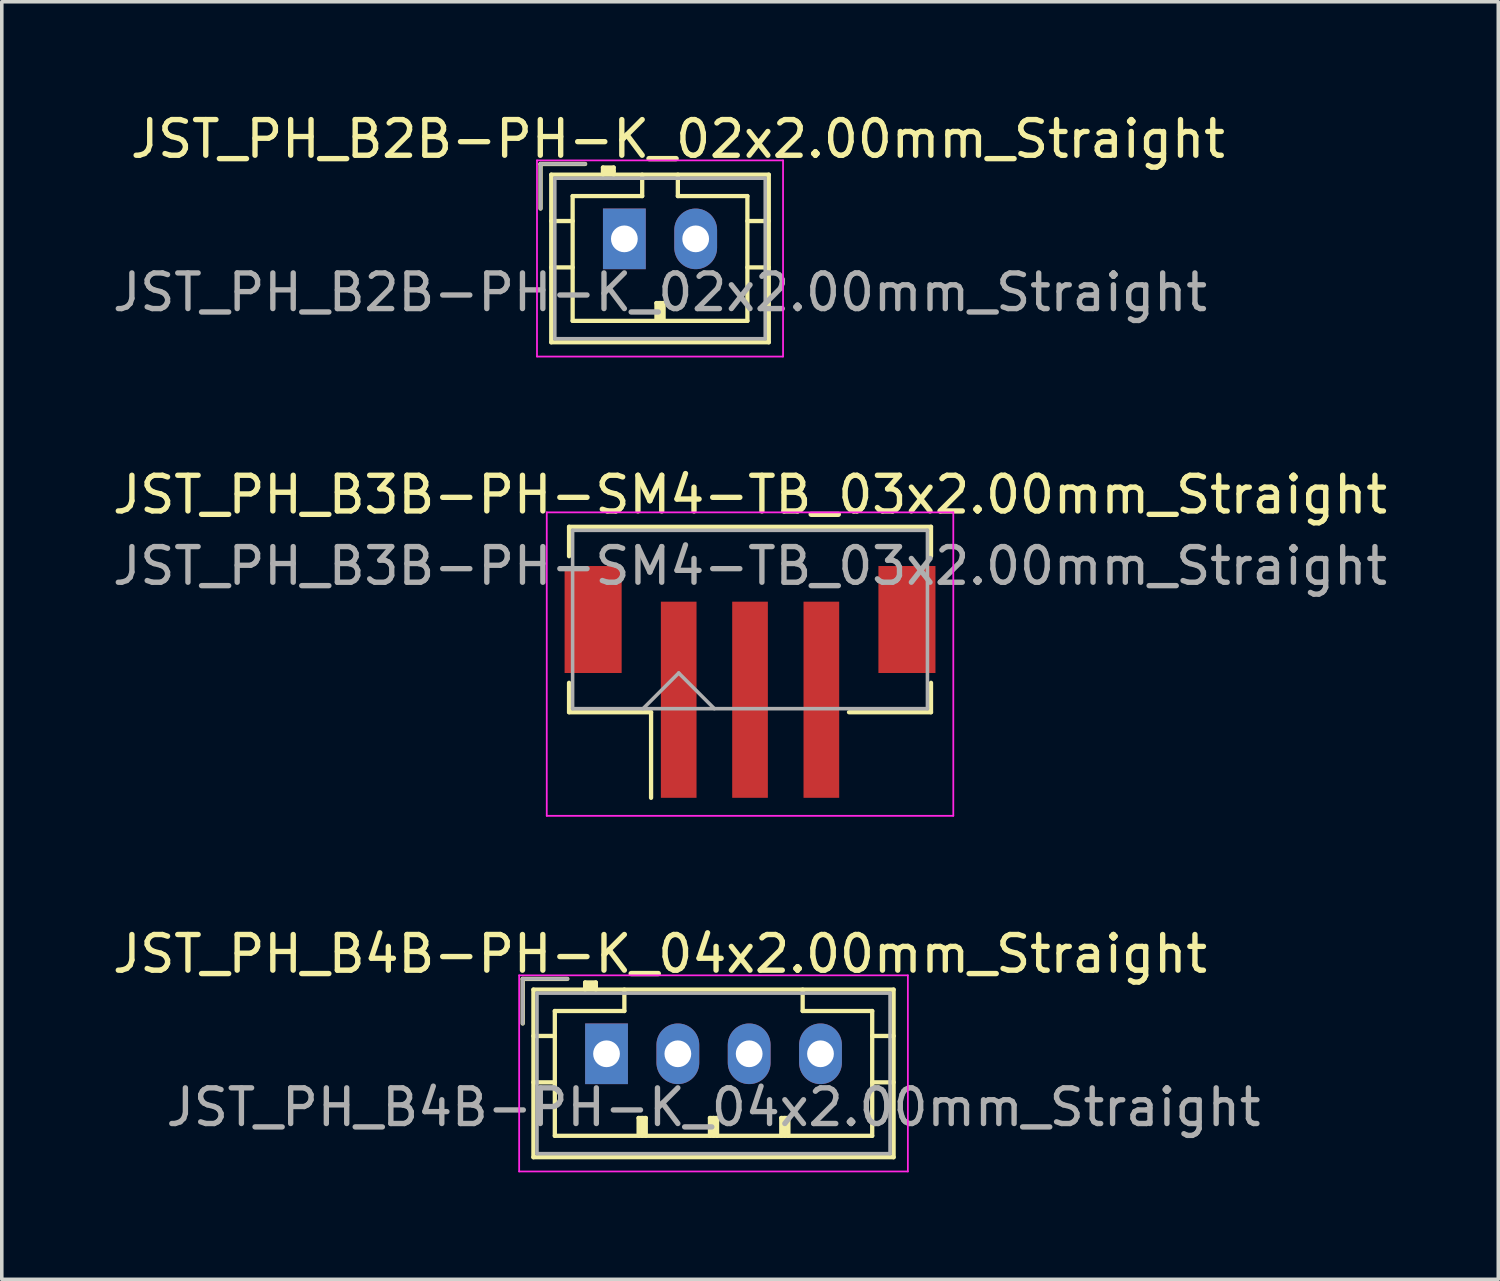
<source format=kicad_pcb>
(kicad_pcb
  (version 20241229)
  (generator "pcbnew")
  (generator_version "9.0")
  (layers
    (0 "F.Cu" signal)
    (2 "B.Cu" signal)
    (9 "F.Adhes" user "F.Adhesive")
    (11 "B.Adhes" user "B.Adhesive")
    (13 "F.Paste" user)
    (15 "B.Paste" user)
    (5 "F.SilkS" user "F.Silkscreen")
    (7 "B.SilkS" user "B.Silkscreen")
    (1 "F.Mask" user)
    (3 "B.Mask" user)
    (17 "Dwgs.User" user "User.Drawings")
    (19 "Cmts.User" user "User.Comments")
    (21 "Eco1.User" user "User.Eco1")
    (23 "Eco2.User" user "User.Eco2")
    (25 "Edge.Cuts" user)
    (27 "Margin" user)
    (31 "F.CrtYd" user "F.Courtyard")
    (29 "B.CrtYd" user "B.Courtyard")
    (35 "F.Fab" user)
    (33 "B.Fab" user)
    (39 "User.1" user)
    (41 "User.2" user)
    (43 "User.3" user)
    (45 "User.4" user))
  (footprint "JST_PH_B3B-PH-SM4-TB_03x2.00mm_Straight"
    (layer "F.Cu")
    (at 17.982 15.447)
    (property "Reference" "JST_PH_B3B-PH-SM4-TB_03x2.00mm_Straight" (at 0 -4.625 0) (layer "F.SilkS") (effects (font (size 1 1) (thickness 0.15))))
    (attr smd)
    (fp_line (start -5.075 -3.725) (end 5.075 -3.725) (stroke (width 0.12) (type solid)) (layer "F.SilkS"))
    (fp_line (start -5.075 -2.9) (end -5.075 -3.725) (stroke (width 0.12) (type solid)) (layer "F.SilkS"))
    (fp_line (start -5.075 0.65) (end -5.075 1.475) (stroke (width 0.12) (type solid)) (layer "F.SilkS"))
    (fp_line (start -5.075 1.475) (end -2.775 1.475) (stroke (width 0.12) (type solid)) (layer "F.SilkS"))
    (fp_line (start -2.775 1.475) (end -2.775 3.875) (stroke (width 0.12) (type solid)) (layer "F.SilkS"))
    (fp_line (start 5.075 -3.725) (end 5.075 -2.9) (stroke (width 0.12) (type solid)) (layer "F.SilkS"))
    (fp_line (start 5.075 0.65) (end 5.075 1.475) (stroke (width 0.12) (type solid)) (layer "F.SilkS"))
    (fp_line (start 5.075 1.475) (end 2.775 1.475) (stroke (width 0.12) (type solid)) (layer "F.SilkS"))
    (fp_line (start -5.7 -4.13) (end -5.7 4.38) (stroke (width 0.05) (type solid)) (layer "F.CrtYd"))
    (fp_line (start -5.7 4.38) (end 5.7 4.38) (stroke (width 0.05) (type solid)) (layer "F.CrtYd"))
    (fp_line (start 5.7 -4.13) (end -5.7 -4.13) (stroke (width 0.05) (type solid)) (layer "F.CrtYd"))
    (fp_line (start 5.7 4.38) (end 5.7 -4.13) (stroke (width 0.05) (type solid)) (layer "F.CrtYd"))
    (fp_line (start -4.975 -3.625) (end -4.975 1.375) (stroke (width 0.1) (type solid)) (layer "F.Fab"))
    (fp_line (start -4.975 1.375) (end 4.975 1.375) (stroke (width 0.1) (type solid)) (layer "F.Fab"))
    (fp_line (start -3 1.375) (end -2 0.375) (stroke (width 0.1) (type solid)) (layer "F.Fab"))
    (fp_line (start -2 0.375) (end -1 1.375) (stroke (width 0.1) (type solid)) (layer "F.Fab"))
    (fp_line (start 4.975 -3.625) (end -4.975 -3.625) (stroke (width 0.1) (type solid)) (layer "F.Fab"))
    (fp_line (start 4.975 1.375) (end 4.975 -3.625) (stroke (width 0.1) (type solid)) (layer "F.Fab"))
    (fp_text user "${REFERENCE}" (at 0 -2.625 0) (layer "F.Fab") (effects (font (size 1 1) (thickness 0.15))))
    (pad "" smd rect (at -4.4 -1.125) (size 1.6 3) (layers "F.Cu" "F.Mask" "F.Paste"))
    (pad "" smd rect (at 4.4 -1.125) (size 1.6 3) (layers "F.Cu" "F.Mask" "F.Paste"))
    (pad "1" smd rect (at -2 1.125) (size 1 5.5) (layers "F.Cu" "F.Mask" "F.Paste"))
    (pad "2" smd rect (at 0 1.125) (size 1 5.5) (layers "F.Cu" "F.Mask" "F.Paste"))
    (pad "3" smd rect (at 2 1.125) (size 1 5.5) (layers "F.Cu" "F.Mask" "F.Paste")))
  (footprint "JST_PH_B2B-PH-K_02x2.00mm_Straight"
    (layer "F.Cu")
    (at 14.458 3.648)
    (property "Reference" "JST_PH_B2B-PH-K_02x2.00mm_Straight" (at 1.5 -2.8 0) (layer "F.SilkS") (effects (font (size 1 1) (thickness 0.15))))
    (attr through_hole)
    (fp_line (start -2.35 -2.1) (end -2.35 -0.85) (stroke (width 0.12) (type solid)) (layer "F.SilkS"))
    (fp_line (start -2.05 -1.8) (end -2.05 2.9) (stroke (width 0.12) (type solid)) (layer "F.SilkS"))
    (fp_line (start -2.05 -0.5) (end -1.45 -0.5) (stroke (width 0.12) (type solid)) (layer "F.SilkS"))
    (fp_line (start -2.05 0.8) (end -1.45 0.8) (stroke (width 0.12) (type solid)) (layer "F.SilkS"))
    (fp_line (start -2.05 2.9) (end 4.05 2.9) (stroke (width 0.12) (type solid)) (layer "F.SilkS"))
    (fp_line (start -1.45 -1.2) (end -1.45 2.3) (stroke (width 0.12) (type solid)) (layer "F.SilkS"))
    (fp_line (start -1.45 2.3) (end 3.45 2.3) (stroke (width 0.12) (type solid)) (layer "F.SilkS"))
    (fp_line (start -1.1 -2.1) (end -2.35 -2.1) (stroke (width 0.12) (type solid)) (layer "F.SilkS"))
    (fp_line (start -0.6 -2) (end -0.6 -1.8) (stroke (width 0.12) (type solid)) (layer "F.SilkS"))
    (fp_line (start -0.3 -2) (end -0.6 -2) (stroke (width 0.12) (type solid)) (layer "F.SilkS"))
    (fp_line (start -0.3 -1.9) (end -0.6 -1.9) (stroke (width 0.12) (type solid)) (layer "F.SilkS"))
    (fp_line (start -0.3 -1.8) (end -0.3 -2) (stroke (width 0.12) (type solid)) (layer "F.SilkS"))
    (fp_line (start 0.5 -1.8) (end 0.5 -1.2) (stroke (width 0.12) (type solid)) (layer "F.SilkS"))
    (fp_line (start 0.5 -1.2) (end -1.45 -1.2) (stroke (width 0.12) (type solid)) (layer "F.SilkS"))
    (fp_line (start 0.9 1.8) (end 1.1 1.8) (stroke (width 0.12) (type solid)) (layer "F.SilkS"))
    (fp_line (start 0.9 2.3) (end 0.9 1.8) (stroke (width 0.12) (type solid)) (layer "F.SilkS"))
    (fp_line (start 1 2.3) (end 1 1.8) (stroke (width 0.12) (type solid)) (layer "F.SilkS"))
    (fp_line (start 1.1 1.8) (end 1.1 2.3) (stroke (width 0.12) (type solid)) (layer "F.SilkS"))
    (fp_line (start 1.5 -1.2) (end 1.5 -1.8) (stroke (width 0.12) (type solid)) (layer "F.SilkS"))
    (fp_line (start 3.45 -1.2) (end 1.5 -1.2) (stroke (width 0.12) (type solid)) (layer "F.SilkS"))
    (fp_line (start 3.45 2.3) (end 3.45 -1.2) (stroke (width 0.12) (type solid)) (layer "F.SilkS"))
    (fp_line (start 4.05 -1.8) (end -2.05 -1.8) (stroke (width 0.12) (type solid)) (layer "F.SilkS"))
    (fp_line (start 4.05 -0.5) (end 3.45 -0.5) (stroke (width 0.12) (type solid)) (layer "F.SilkS"))
    (fp_line (start 4.05 0.8) (end 3.45 0.8) (stroke (width 0.12) (type solid)) (layer "F.SilkS"))
    (fp_line (start 4.05 2.9) (end 4.05 -1.8) (stroke (width 0.12) (type solid)) (layer "F.SilkS"))
    (fp_line (start -2.45 -2.2) (end -2.45 3.3) (stroke (width 0.05) (type solid)) (layer "F.CrtYd"))
    (fp_line (start -2.45 3.3) (end 4.45 3.3) (stroke (width 0.05) (type solid)) (layer "F.CrtYd"))
    (fp_line (start 4.45 -2.2) (end -2.45 -2.2) (stroke (width 0.05) (type solid)) (layer "F.CrtYd"))
    (fp_line (start 4.45 3.3) (end 4.45 -2.2) (stroke (width 0.05) (type solid)) (layer "F.CrtYd"))
    (fp_line (start -2.35 -2.1) (end -2.35 -0.85) (stroke (width 0.1) (type solid)) (layer "F.Fab"))
    (fp_line (start -1.95 -1.7) (end -1.95 2.8) (stroke (width 0.1) (type solid)) (layer "F.Fab"))
    (fp_line (start -1.95 2.8) (end 3.95 2.8) (stroke (width 0.1) (type solid)) (layer "F.Fab"))
    (fp_line (start -1.1 -2.1) (end -2.35 -2.1) (stroke (width 0.1) (type solid)) (layer "F.Fab"))
    (fp_line (start 3.95 -1.7) (end -1.95 -1.7) (stroke (width 0.1) (type solid)) (layer "F.Fab"))
    (fp_line (start 3.95 2.8) (end 3.95 -1.7) (stroke (width 0.1) (type solid)) (layer "F.Fab"))
    (fp_text user "${REFERENCE}" (at 1 1.5 0) (layer "F.Fab") (effects (font (size 1 1) (thickness 0.15))))
    (pad "1" thru_hole rect (at 0 0) (size 1.2 1.7) (drill 0.75) (layers "*.Cu" "*.Mask"))
    (pad "2" thru_hole oval (at 2 0) (size 1.2 1.7) (drill 0.75) (layers "*.Cu" "*.Mask")))
  (footprint "JST_PH_B4B-PH-K_04x2.00mm_Straight"
    (layer "F.Cu")
    (at 13.958 26.5)
    (property "Reference" "JST_PH_B4B-PH-K_04x2.00mm_Straight" (at 1.5 -2.8 0) (layer "F.SilkS") (effects (font (size 1 1) (thickness 0.15))))
    (attr through_hole)
    (fp_line (start -2.35 -2.1) (end -2.35 -0.85) (stroke (width 0.12) (type solid)) (layer "F.SilkS"))
    (fp_line (start -2.05 -1.8) (end -2.05 2.9) (stroke (width 0.12) (type solid)) (layer "F.SilkS"))
    (fp_line (start -2.05 -0.5) (end -1.45 -0.5) (stroke (width 0.12) (type solid)) (layer "F.SilkS"))
    (fp_line (start -2.05 0.8) (end -1.45 0.8) (stroke (width 0.12) (type solid)) (layer "F.SilkS"))
    (fp_line (start -2.05 2.9) (end 8.05 2.9) (stroke (width 0.12) (type solid)) (layer "F.SilkS"))
    (fp_line (start -1.45 -1.2) (end -1.45 2.3) (stroke (width 0.12) (type solid)) (layer "F.SilkS"))
    (fp_line (start -1.45 2.3) (end 7.45 2.3) (stroke (width 0.12) (type solid)) (layer "F.SilkS"))
    (fp_line (start -1.1 -2.1) (end -2.35 -2.1) (stroke (width 0.12) (type solid)) (layer "F.SilkS"))
    (fp_line (start -0.6 -2) (end -0.6 -1.8) (stroke (width 0.12) (type solid)) (layer "F.SilkS"))
    (fp_line (start -0.3 -2) (end -0.6 -2) (stroke (width 0.12) (type solid)) (layer "F.SilkS"))
    (fp_line (start -0.3 -1.9) (end -0.6 -1.9) (stroke (width 0.12) (type solid)) (layer "F.SilkS"))
    (fp_line (start -0.3 -1.8) (end -0.3 -2) (stroke (width 0.12) (type solid)) (layer "F.SilkS"))
    (fp_line (start 0.5 -1.8) (end 0.5 -1.2) (stroke (width 0.12) (type solid)) (layer "F.SilkS"))
    (fp_line (start 0.5 -1.2) (end -1.45 -1.2) (stroke (width 0.12) (type solid)) (layer "F.SilkS"))
    (fp_line (start 0.9 1.8) (end 1.1 1.8) (stroke (width 0.12) (type solid)) (layer "F.SilkS"))
    (fp_line (start 0.9 2.3) (end 0.9 1.8) (stroke (width 0.12) (type solid)) (layer "F.SilkS"))
    (fp_line (start 1 2.3) (end 1 1.8) (stroke (width 0.12) (type solid)) (layer "F.SilkS"))
    (fp_line (start 1.1 1.8) (end 1.1 2.3) (stroke (width 0.12) (type solid)) (layer "F.SilkS"))
    (fp_line (start 2.9 1.8) (end 3.1 1.8) (stroke (width 0.12) (type solid)) (layer "F.SilkS"))
    (fp_line (start 2.9 2.3) (end 2.9 1.8) (stroke (width 0.12) (type solid)) (layer "F.SilkS"))
    (fp_line (start 3 2.3) (end 3 1.8) (stroke (width 0.12) (type solid)) (layer "F.SilkS"))
    (fp_line (start 3.1 1.8) (end 3.1 2.3) (stroke (width 0.12) (type solid)) (layer "F.SilkS"))
    (fp_line (start 4.9 1.8) (end 5.1 1.8) (stroke (width 0.12) (type solid)) (layer "F.SilkS"))
    (fp_line (start 4.9 2.3) (end 4.9 1.8) (stroke (width 0.12) (type solid)) (layer "F.SilkS"))
    (fp_line (start 5 2.3) (end 5 1.8) (stroke (width 0.12) (type solid)) (layer "F.SilkS"))
    (fp_line (start 5.1 1.8) (end 5.1 2.3) (stroke (width 0.12) (type solid)) (layer "F.SilkS"))
    (fp_line (start 5.5 -1.2) (end 5.5 -1.8) (stroke (width 0.12) (type solid)) (layer "F.SilkS"))
    (fp_line (start 7.45 -1.2) (end 5.5 -1.2) (stroke (width 0.12) (type solid)) (layer "F.SilkS"))
    (fp_line (start 7.45 2.3) (end 7.45 -1.2) (stroke (width 0.12) (type solid)) (layer "F.SilkS"))
    (fp_line (start 8.05 -1.8) (end -2.05 -1.8) (stroke (width 0.12) (type solid)) (layer "F.SilkS"))
    (fp_line (start 8.05 -0.5) (end 7.45 -0.5) (stroke (width 0.12) (type solid)) (layer "F.SilkS"))
    (fp_line (start 8.05 0.8) (end 7.45 0.8) (stroke (width 0.12) (type solid)) (layer "F.SilkS"))
    (fp_line (start 8.05 2.9) (end 8.05 -1.8) (stroke (width 0.12) (type solid)) (layer "F.SilkS"))
    (fp_line (start -2.45 -2.2) (end -2.45 3.3) (stroke (width 0.05) (type solid)) (layer "F.CrtYd"))
    (fp_line (start -2.45 3.3) (end 8.45 3.3) (stroke (width 0.05) (type solid)) (layer "F.CrtYd"))
    (fp_line (start 8.45 -2.2) (end -2.45 -2.2) (stroke (width 0.05) (type solid)) (layer "F.CrtYd"))
    (fp_line (start 8.45 3.3) (end 8.45 -2.2) (stroke (width 0.05) (type solid)) (layer "F.CrtYd"))
    (fp_line (start -2.35 -2.1) (end -2.35 -0.85) (stroke (width 0.1) (type solid)) (layer "F.Fab"))
    (fp_line (start -1.95 -1.7) (end -1.95 2.8) (stroke (width 0.1) (type solid)) (layer "F.Fab"))
    (fp_line (start -1.95 2.8) (end 7.95 2.8) (stroke (width 0.1) (type solid)) (layer "F.Fab"))
    (fp_line (start -1.1 -2.1) (end -2.35 -2.1) (stroke (width 0.1) (type solid)) (layer "F.Fab"))
    (fp_line (start 7.95 -1.7) (end -1.95 -1.7) (stroke (width 0.1) (type solid)) (layer "F.Fab"))
    (fp_line (start 7.95 2.8) (end 7.95 -1.7) (stroke (width 0.1) (type solid)) (layer "F.Fab"))
    (fp_text user "${REFERENCE}" (at 3 1.5 0) (layer "F.Fab") (effects (font (size 1 1) (thickness 0.15))))
    (pad "1" thru_hole rect (at 0 0) (size 1.2 1.7) (drill 0.75) (layers "*.Cu" "*.Mask"))
    (pad "2" thru_hole oval (at 2 0) (size 1.2 1.7) (drill 0.75) (layers "*.Cu" "*.Mask"))
    (pad "3" thru_hole oval (at 4 0) (size 1.2 1.7) (drill 0.75) (layers "*.Cu" "*.Mask"))
    (pad "4" thru_hole oval (at 6 0) (size 1.2 1.7) (drill 0.75) (layers "*.Cu" "*.Mask")))
  (gr_rect
    (start -3 -3)
    (end 38.964 32.825)
    (stroke (width 0.1) (type default))
    (fill no)
    (layer "Edge.Cuts")))
</source>
